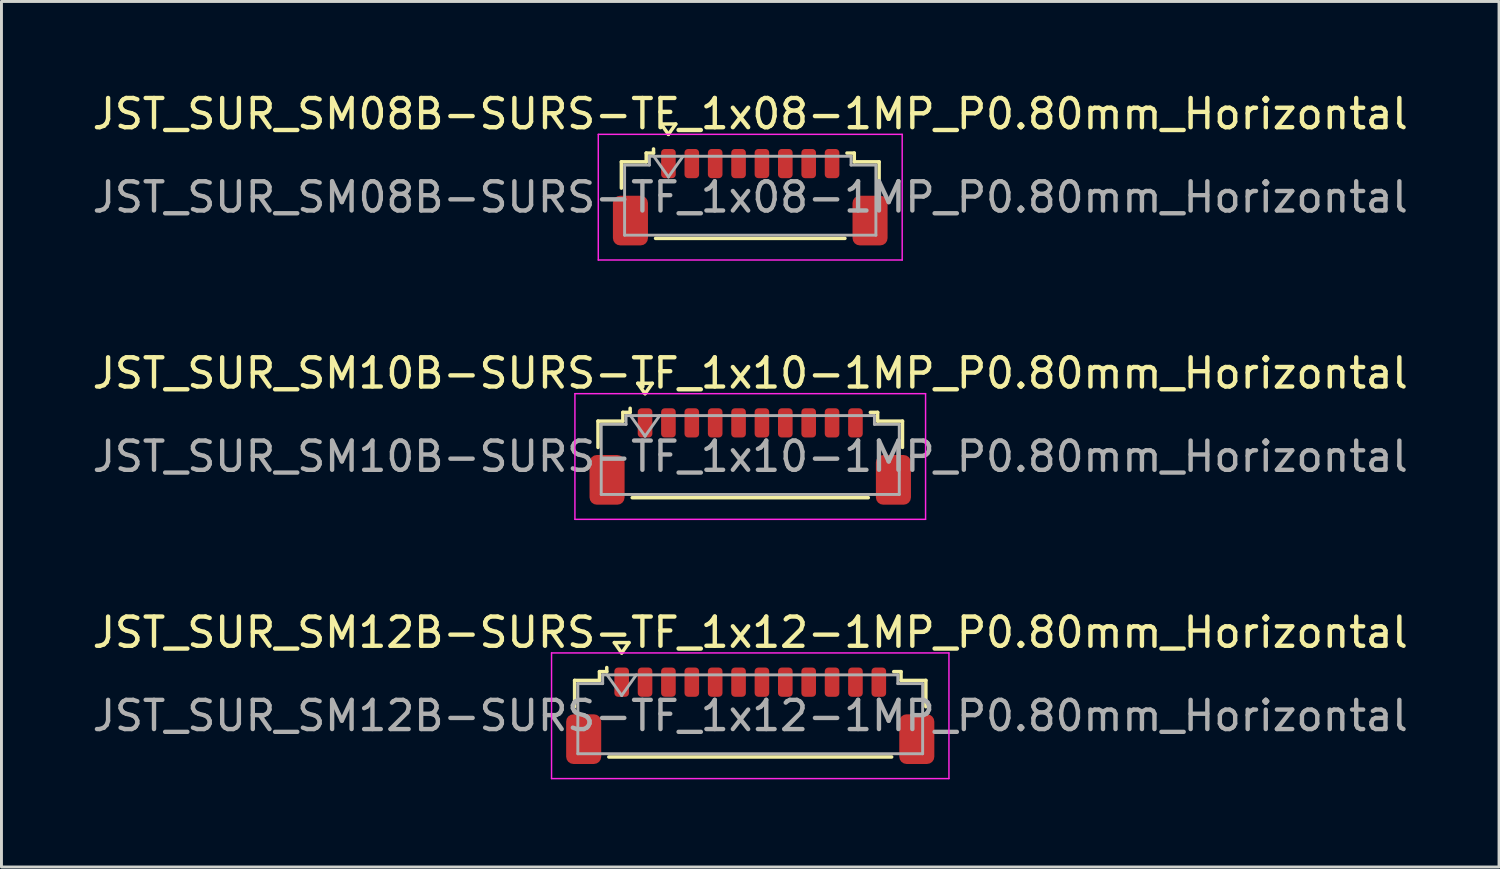
<source format=kicad_pcb>
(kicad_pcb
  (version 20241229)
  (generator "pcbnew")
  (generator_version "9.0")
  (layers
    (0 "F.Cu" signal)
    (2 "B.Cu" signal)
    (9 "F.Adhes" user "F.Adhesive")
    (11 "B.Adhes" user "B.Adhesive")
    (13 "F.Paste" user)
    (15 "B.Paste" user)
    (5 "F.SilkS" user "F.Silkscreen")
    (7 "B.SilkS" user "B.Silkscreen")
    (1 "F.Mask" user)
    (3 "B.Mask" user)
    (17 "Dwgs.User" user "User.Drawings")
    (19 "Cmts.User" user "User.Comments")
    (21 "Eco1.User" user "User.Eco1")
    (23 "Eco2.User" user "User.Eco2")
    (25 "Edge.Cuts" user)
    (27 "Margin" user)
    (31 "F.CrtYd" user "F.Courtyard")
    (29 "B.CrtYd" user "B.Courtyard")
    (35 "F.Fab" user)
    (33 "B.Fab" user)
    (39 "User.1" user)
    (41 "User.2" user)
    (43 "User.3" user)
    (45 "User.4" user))
  (footprint "JST_SUR_SM08B-SURS-TF_1x08-1MP_P0.80mm_Horizontal"
    (layer "F.Cu")
    (at 22.625 3.698)
    (property "Reference" "JST_SUR_SM08B-SURS-TF_1x08-1MP_P0.80mm_Horizontal" (at 0 -2.85 0) (layer "F.SilkS") (effects (font (size 1 1) (thickness 0.15))))
    (attr smd)
    (fp_line (start -4.41 -1.21) (end -3.56 -1.21) (stroke (width 0.12) (type solid)) (layer "F.SilkS"))
    (fp_line (start -4.41 -0.31) (end -4.41 -1.21) (stroke (width 0.12) (type solid)) (layer "F.SilkS"))
    (fp_line (start -3.56 -1.51) (end -3.31 -1.51) (stroke (width 0.12) (type solid)) (layer "F.SilkS"))
    (fp_line (start -3.56 -1.21) (end -3.56 -1.51) (stroke (width 0.12) (type solid)) (layer "F.SilkS"))
    (fp_line (start -3.31 -1.51) (end -3.31 -1.65) (stroke (width 0.12) (type solid)) (layer "F.SilkS"))
    (fp_line (start -3.24 1.41) (end 3.24 1.41) (stroke (width 0.12) (type solid)) (layer "F.SilkS"))
    (fp_line (start -3.05 -2.504) (end -2.8 -2.15) (stroke (width 0.12) (type solid)) (layer "F.SilkS"))
    (fp_line (start -2.8 -2.15) (end -2.55 -2.504) (stroke (width 0.12) (type solid)) (layer "F.SilkS"))
    (fp_line (start -2.55 -2.504) (end -3.05 -2.504) (stroke (width 0.12) (type solid)) (layer "F.SilkS"))
    (fp_line (start 3.56 -1.51) (end 3.31 -1.51) (stroke (width 0.12) (type solid)) (layer "F.SilkS"))
    (fp_line (start 3.56 -1.21) (end 3.56 -1.51) (stroke (width 0.12) (type solid)) (layer "F.SilkS"))
    (fp_line (start 4.41 -1.21) (end 3.56 -1.21) (stroke (width 0.12) (type solid)) (layer "F.SilkS"))
    (fp_line (start 4.41 -0.31) (end 4.41 -1.21) (stroke (width 0.12) (type solid)) (layer "F.SilkS"))
    (fp_line (start -5.2 -2.15) (end -5.2 2.15) (stroke (width 0.05) (type solid)) (layer "F.CrtYd"))
    (fp_line (start -5.2 2.15) (end 5.2 2.15) (stroke (width 0.05) (type solid)) (layer "F.CrtYd"))
    (fp_line (start 5.2 -2.15) (end -5.2 -2.15) (stroke (width 0.05) (type solid)) (layer "F.CrtYd"))
    (fp_line (start 5.2 2.15) (end 5.2 -2.15) (stroke (width 0.05) (type solid)) (layer "F.CrtYd"))
    (fp_line (start -4.3 -1.1) (end -4.3 1.3) (stroke (width 0.1) (type solid)) (layer "F.Fab"))
    (fp_line (start -4.3 -1.1) (end -3.45 -1.1) (stroke (width 0.1) (type solid)) (layer "F.Fab"))
    (fp_line (start -4.3 1.3) (end 4.3 1.3) (stroke (width 0.1) (type solid)) (layer "F.Fab"))
    (fp_line (start -3.45 -1.4) (end 3.45 -1.4) (stroke (width 0.1) (type solid)) (layer "F.Fab"))
    (fp_line (start -3.45 -1.1) (end -3.45 -1.4) (stroke (width 0.1) (type solid)) (layer "F.Fab"))
    (fp_line (start -3.3 -1.4) (end -2.8 -0.693) (stroke (width 0.1) (type solid)) (layer "F.Fab"))
    (fp_line (start -2.8 -0.693) (end -2.3 -1.4) (stroke (width 0.1) (type solid)) (layer "F.Fab"))
    (fp_line (start 3.45 -1.4) (end 3.45 -1.1) (stroke (width 0.1) (type solid)) (layer "F.Fab"))
    (fp_line (start 3.45 -1.1) (end 4.3 -1.1) (stroke (width 0.1) (type solid)) (layer "F.Fab"))
    (fp_line (start 4.3 -1.1) (end 4.3 1.3) (stroke (width 0.1) (type solid)) (layer "F.Fab"))
    (fp_text user "${REFERENCE}" (at 0 0 0) (layer "F.Fab") (effects (font (size 1 1) (thickness 0.15))))
    (pad "1" smd roundrect (at -2.8 -1.15) (size 0.5 1) (layers "F.Cu" "F.Mask" "F.Paste") (roundrect_rratio 0.25))
    (pad "2" smd roundrect (at -2 -1.15) (size 0.5 1) (layers "F.Cu" "F.Mask" "F.Paste") (roundrect_rratio 0.25))
    (pad "3" smd roundrect (at -1.2 -1.15) (size 0.5 1) (layers "F.Cu" "F.Mask" "F.Paste") (roundrect_rratio 0.25))
    (pad "4" smd roundrect (at -0.4 -1.15) (size 0.5 1) (layers "F.Cu" "F.Mask" "F.Paste") (roundrect_rratio 0.25))
    (pad "5" smd roundrect (at 0.4 -1.15) (size 0.5 1) (layers "F.Cu" "F.Mask" "F.Paste") (roundrect_rratio 0.25))
    (pad "6" smd roundrect (at 1.2 -1.15) (size 0.5 1) (layers "F.Cu" "F.Mask" "F.Paste") (roundrect_rratio 0.25))
    (pad "7" smd roundrect (at 2 -1.15) (size 0.5 1) (layers "F.Cu" "F.Mask" "F.Paste") (roundrect_rratio 0.25))
    (pad "8" smd roundrect (at 2.8 -1.15) (size 0.5 1) (layers "F.Cu" "F.Mask" "F.Paste") (roundrect_rratio 0.25))
    (pad "MP" smd roundrect (at -4.1 0.8) (size 1.2 1.7) (layers "F.Cu" "F.Mask" "F.Paste") (roundrect_rratio 0.208))
    (pad "MP" smd roundrect (at 4.1 0.8) (size 1.2 1.7) (layers "F.Cu" "F.Mask" "F.Paste") (roundrect_rratio 0.208)))
  (footprint "JST_SUR_SM10B-SURS-TF_1x10-1MP_P0.80mm_Horizontal"
    (layer "F.Cu")
    (at 22.625 12.572)
    (property "Reference" "JST_SUR_SM10B-SURS-TF_1x10-1MP_P0.80mm_Horizontal" (at 0 -2.85 0) (layer "F.SilkS") (effects (font (size 1 1) (thickness 0.15))))
    (attr smd)
    (fp_line (start -5.21 -1.21) (end -4.36 -1.21) (stroke (width 0.12) (type solid)) (layer "F.SilkS"))
    (fp_line (start -5.21 -0.31) (end -5.21 -1.21) (stroke (width 0.12) (type solid)) (layer "F.SilkS"))
    (fp_line (start -4.36 -1.51) (end -4.11 -1.51) (stroke (width 0.12) (type solid)) (layer "F.SilkS"))
    (fp_line (start -4.36 -1.21) (end -4.36 -1.51) (stroke (width 0.12) (type solid)) (layer "F.SilkS"))
    (fp_line (start -4.11 -1.51) (end -4.11 -1.65) (stroke (width 0.12) (type solid)) (layer "F.SilkS"))
    (fp_line (start -4.04 1.41) (end 4.04 1.41) (stroke (width 0.12) (type solid)) (layer "F.SilkS"))
    (fp_line (start -3.85 -2.504) (end -3.6 -2.15) (stroke (width 0.12) (type solid)) (layer "F.SilkS"))
    (fp_line (start -3.6 -2.15) (end -3.35 -2.504) (stroke (width 0.12) (type solid)) (layer "F.SilkS"))
    (fp_line (start -3.35 -2.504) (end -3.85 -2.504) (stroke (width 0.12) (type solid)) (layer "F.SilkS"))
    (fp_line (start 4.36 -1.51) (end 4.11 -1.51) (stroke (width 0.12) (type solid)) (layer "F.SilkS"))
    (fp_line (start 4.36 -1.21) (end 4.36 -1.51) (stroke (width 0.12) (type solid)) (layer "F.SilkS"))
    (fp_line (start 5.21 -1.21) (end 4.36 -1.21) (stroke (width 0.12) (type solid)) (layer "F.SilkS"))
    (fp_line (start 5.21 -0.31) (end 5.21 -1.21) (stroke (width 0.12) (type solid)) (layer "F.SilkS"))
    (fp_line (start -6 -2.15) (end -6 2.15) (stroke (width 0.05) (type solid)) (layer "F.CrtYd"))
    (fp_line (start -6 2.15) (end 6 2.15) (stroke (width 0.05) (type solid)) (layer "F.CrtYd"))
    (fp_line (start 6 -2.15) (end -6 -2.15) (stroke (width 0.05) (type solid)) (layer "F.CrtYd"))
    (fp_line (start 6 2.15) (end 6 -2.15) (stroke (width 0.05) (type solid)) (layer "F.CrtYd"))
    (fp_line (start -5.1 -1.1) (end -5.1 1.3) (stroke (width 0.1) (type solid)) (layer "F.Fab"))
    (fp_line (start -5.1 -1.1) (end -4.25 -1.1) (stroke (width 0.1) (type solid)) (layer "F.Fab"))
    (fp_line (start -5.1 1.3) (end 5.1 1.3) (stroke (width 0.1) (type solid)) (layer "F.Fab"))
    (fp_line (start -4.25 -1.4) (end 4.25 -1.4) (stroke (width 0.1) (type solid)) (layer "F.Fab"))
    (fp_line (start -4.25 -1.1) (end -4.25 -1.4) (stroke (width 0.1) (type solid)) (layer "F.Fab"))
    (fp_line (start -4.1 -1.4) (end -3.6 -0.693) (stroke (width 0.1) (type solid)) (layer "F.Fab"))
    (fp_line (start -3.6 -0.693) (end -3.1 -1.4) (stroke (width 0.1) (type solid)) (layer "F.Fab"))
    (fp_line (start 4.25 -1.4) (end 4.25 -1.1) (stroke (width 0.1) (type solid)) (layer "F.Fab"))
    (fp_line (start 4.25 -1.1) (end 5.1 -1.1) (stroke (width 0.1) (type solid)) (layer "F.Fab"))
    (fp_line (start 5.1 -1.1) (end 5.1 1.3) (stroke (width 0.1) (type solid)) (layer "F.Fab"))
    (fp_text user "${REFERENCE}" (at 0 0 0) (layer "F.Fab") (effects (font (size 1 1) (thickness 0.15))))
    (pad "1" smd roundrect (at -3.6 -1.15) (size 0.5 1) (layers "F.Cu" "F.Mask" "F.Paste") (roundrect_rratio 0.25))
    (pad "2" smd roundrect (at -2.8 -1.15) (size 0.5 1) (layers "F.Cu" "F.Mask" "F.Paste") (roundrect_rratio 0.25))
    (pad "3" smd roundrect (at -2 -1.15) (size 0.5 1) (layers "F.Cu" "F.Mask" "F.Paste") (roundrect_rratio 0.25))
    (pad "4" smd roundrect (at -1.2 -1.15) (size 0.5 1) (layers "F.Cu" "F.Mask" "F.Paste") (roundrect_rratio 0.25))
    (pad "5" smd roundrect (at -0.4 -1.15) (size 0.5 1) (layers "F.Cu" "F.Mask" "F.Paste") (roundrect_rratio 0.25))
    (pad "6" smd roundrect (at 0.4 -1.15) (size 0.5 1) (layers "F.Cu" "F.Mask" "F.Paste") (roundrect_rratio 0.25))
    (pad "7" smd roundrect (at 1.2 -1.15) (size 0.5 1) (layers "F.Cu" "F.Mask" "F.Paste") (roundrect_rratio 0.25))
    (pad "8" smd roundrect (at 2 -1.15) (size 0.5 1) (layers "F.Cu" "F.Mask" "F.Paste") (roundrect_rratio 0.25))
    (pad "9" smd roundrect (at 2.8 -1.15) (size 0.5 1) (layers "F.Cu" "F.Mask" "F.Paste") (roundrect_rratio 0.25))
    (pad "10" smd roundrect (at 3.6 -1.15) (size 0.5 1) (layers "F.Cu" "F.Mask" "F.Paste") (roundrect_rratio 0.25))
    (pad "MP" smd roundrect (at -4.9 0.8) (size 1.2 1.7) (layers "F.Cu" "F.Mask" "F.Paste") (roundrect_rratio 0.208))
    (pad "MP" smd roundrect (at 4.9 0.8) (size 1.2 1.7) (layers "F.Cu" "F.Mask" "F.Paste") (roundrect_rratio 0.208)))
  (footprint "JST_SUR_SM12B-SURS-TF_1x12-1MP_P0.80mm_Horizontal"
    (layer "F.Cu")
    (at 22.625 21.445)
    (property "Reference" "JST_SUR_SM12B-SURS-TF_1x12-1MP_P0.80mm_Horizontal" (at 0 -2.85 0) (layer "F.SilkS") (effects (font (size 1 1) (thickness 0.15))))
    (attr smd)
    (fp_line (start -6.01 -1.21) (end -5.16 -1.21) (stroke (width 0.12) (type solid)) (layer "F.SilkS"))
    (fp_line (start -6.01 -0.31) (end -6.01 -1.21) (stroke (width 0.12) (type solid)) (layer "F.SilkS"))
    (fp_line (start -5.16 -1.51) (end -4.91 -1.51) (stroke (width 0.12) (type solid)) (layer "F.SilkS"))
    (fp_line (start -5.16 -1.21) (end -5.16 -1.51) (stroke (width 0.12) (type solid)) (layer "F.SilkS"))
    (fp_line (start -4.91 -1.51) (end -4.91 -1.65) (stroke (width 0.12) (type solid)) (layer "F.SilkS"))
    (fp_line (start -4.84 1.41) (end 4.84 1.41) (stroke (width 0.12) (type solid)) (layer "F.SilkS"))
    (fp_line (start -4.65 -2.504) (end -4.4 -2.15) (stroke (width 0.12) (type solid)) (layer "F.SilkS"))
    (fp_line (start -4.4 -2.15) (end -4.15 -2.504) (stroke (width 0.12) (type solid)) (layer "F.SilkS"))
    (fp_line (start -4.15 -2.504) (end -4.65 -2.504) (stroke (width 0.12) (type solid)) (layer "F.SilkS"))
    (fp_line (start 5.16 -1.51) (end 4.91 -1.51) (stroke (width 0.12) (type solid)) (layer "F.SilkS"))
    (fp_line (start 5.16 -1.21) (end 5.16 -1.51) (stroke (width 0.12) (type solid)) (layer "F.SilkS"))
    (fp_line (start 6.01 -1.21) (end 5.16 -1.21) (stroke (width 0.12) (type solid)) (layer "F.SilkS"))
    (fp_line (start 6.01 -0.31) (end 6.01 -1.21) (stroke (width 0.12) (type solid)) (layer "F.SilkS"))
    (fp_line (start -6.8 -2.15) (end -6.8 2.15) (stroke (width 0.05) (type solid)) (layer "F.CrtYd"))
    (fp_line (start -6.8 2.15) (end 6.8 2.15) (stroke (width 0.05) (type solid)) (layer "F.CrtYd"))
    (fp_line (start 6.8 -2.15) (end -6.8 -2.15) (stroke (width 0.05) (type solid)) (layer "F.CrtYd"))
    (fp_line (start 6.8 2.15) (end 6.8 -2.15) (stroke (width 0.05) (type solid)) (layer "F.CrtYd"))
    (fp_line (start -5.9 -1.1) (end -5.9 1.3) (stroke (width 0.1) (type solid)) (layer "F.Fab"))
    (fp_line (start -5.9 -1.1) (end -5.05 -1.1) (stroke (width 0.1) (type solid)) (layer "F.Fab"))
    (fp_line (start -5.9 1.3) (end 5.9 1.3) (stroke (width 0.1) (type solid)) (layer "F.Fab"))
    (fp_line (start -5.05 -1.4) (end 5.05 -1.4) (stroke (width 0.1) (type solid)) (layer "F.Fab"))
    (fp_line (start -5.05 -1.1) (end -5.05 -1.4) (stroke (width 0.1) (type solid)) (layer "F.Fab"))
    (fp_line (start -4.9 -1.4) (end -4.4 -0.693) (stroke (width 0.1) (type solid)) (layer "F.Fab"))
    (fp_line (start -4.4 -0.693) (end -3.9 -1.4) (stroke (width 0.1) (type solid)) (layer "F.Fab"))
    (fp_line (start 5.05 -1.4) (end 5.05 -1.1) (stroke (width 0.1) (type solid)) (layer "F.Fab"))
    (fp_line (start 5.05 -1.1) (end 5.9 -1.1) (stroke (width 0.1) (type solid)) (layer "F.Fab"))
    (fp_line (start 5.9 -1.1) (end 5.9 1.3) (stroke (width 0.1) (type solid)) (layer "F.Fab"))
    (fp_text user "${REFERENCE}" (at 0 0 0) (layer "F.Fab") (effects (font (size 1 1) (thickness 0.15))))
    (pad "1" smd roundrect (at -4.4 -1.15) (size 0.5 1) (layers "F.Cu" "F.Mask" "F.Paste") (roundrect_rratio 0.25))
    (pad "2" smd roundrect (at -3.6 -1.15) (size 0.5 1) (layers "F.Cu" "F.Mask" "F.Paste") (roundrect_rratio 0.25))
    (pad "3" smd roundrect (at -2.8 -1.15) (size 0.5 1) (layers "F.Cu" "F.Mask" "F.Paste") (roundrect_rratio 0.25))
    (pad "4" smd roundrect (at -2 -1.15) (size 0.5 1) (layers "F.Cu" "F.Mask" "F.Paste") (roundrect_rratio 0.25))
    (pad "5" smd roundrect (at -1.2 -1.15) (size 0.5 1) (layers "F.Cu" "F.Mask" "F.Paste") (roundrect_rratio 0.25))
    (pad "6" smd roundrect (at -0.4 -1.15) (size 0.5 1) (layers "F.Cu" "F.Mask" "F.Paste") (roundrect_rratio 0.25))
    (pad "7" smd roundrect (at 0.4 -1.15) (size 0.5 1) (layers "F.Cu" "F.Mask" "F.Paste") (roundrect_rratio 0.25))
    (pad "8" smd roundrect (at 1.2 -1.15) (size 0.5 1) (layers "F.Cu" "F.Mask" "F.Paste") (roundrect_rratio 0.25))
    (pad "9" smd roundrect (at 2 -1.15) (size 0.5 1) (layers "F.Cu" "F.Mask" "F.Paste") (roundrect_rratio 0.25))
    (pad "10" smd roundrect (at 2.8 -1.15) (size 0.5 1) (layers "F.Cu" "F.Mask" "F.Paste") (roundrect_rratio 0.25))
    (pad "11" smd roundrect (at 3.6 -1.15) (size 0.5 1) (layers "F.Cu" "F.Mask" "F.Paste") (roundrect_rratio 0.25))
    (pad "12" smd roundrect (at 4.4 -1.15) (size 0.5 1) (layers "F.Cu" "F.Mask" "F.Paste") (roundrect_rratio 0.25))
    (pad "MP" smd roundrect (at -5.7 0.8) (size 1.2 1.7) (layers "F.Cu" "F.Mask" "F.Paste") (roundrect_rratio 0.208))
    (pad "MP" smd roundrect (at 5.7 0.8) (size 1.2 1.7) (layers "F.Cu" "F.Mask" "F.Paste") (roundrect_rratio 0.208)))
  (gr_rect
    (start -3 -3)
    (end 48.25 26.62)
    (stroke (width 0.1) (type default))
    (fill no)
    (layer "Edge.Cuts")))
</source>
